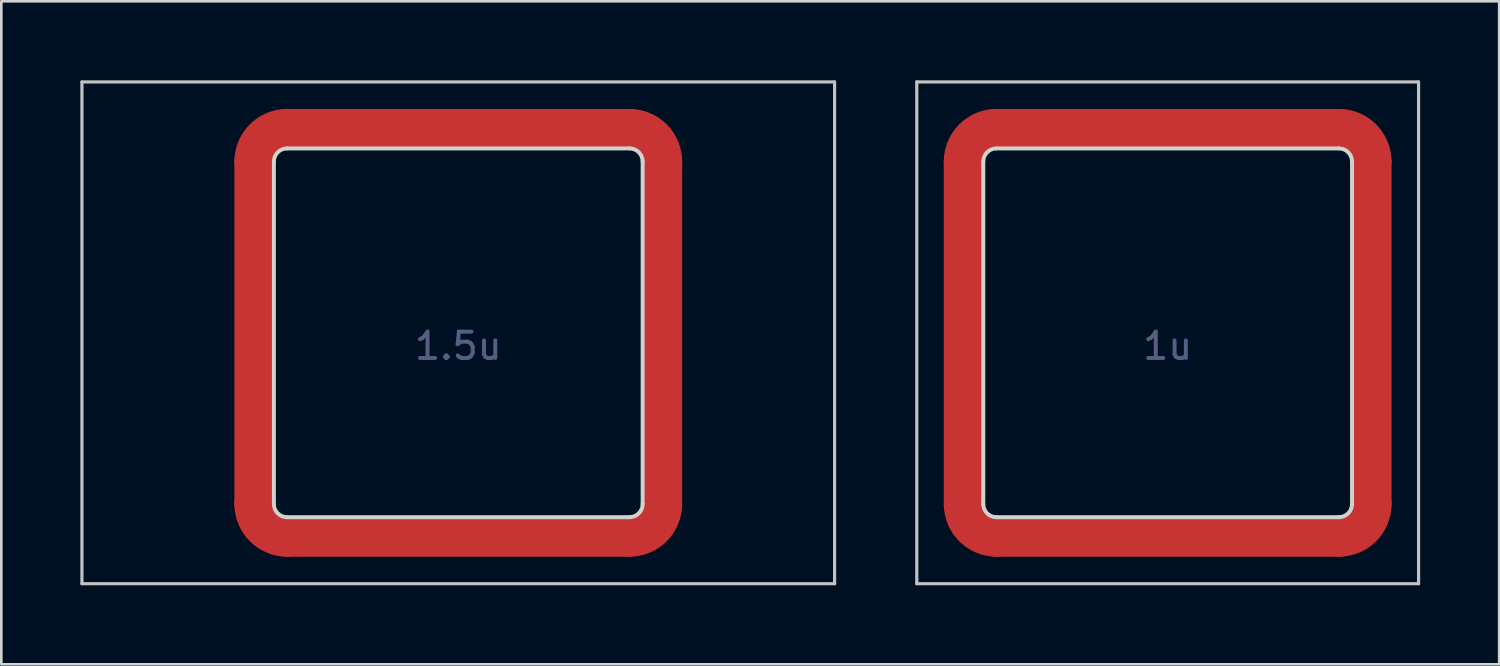
<source format=kicad_pcb>
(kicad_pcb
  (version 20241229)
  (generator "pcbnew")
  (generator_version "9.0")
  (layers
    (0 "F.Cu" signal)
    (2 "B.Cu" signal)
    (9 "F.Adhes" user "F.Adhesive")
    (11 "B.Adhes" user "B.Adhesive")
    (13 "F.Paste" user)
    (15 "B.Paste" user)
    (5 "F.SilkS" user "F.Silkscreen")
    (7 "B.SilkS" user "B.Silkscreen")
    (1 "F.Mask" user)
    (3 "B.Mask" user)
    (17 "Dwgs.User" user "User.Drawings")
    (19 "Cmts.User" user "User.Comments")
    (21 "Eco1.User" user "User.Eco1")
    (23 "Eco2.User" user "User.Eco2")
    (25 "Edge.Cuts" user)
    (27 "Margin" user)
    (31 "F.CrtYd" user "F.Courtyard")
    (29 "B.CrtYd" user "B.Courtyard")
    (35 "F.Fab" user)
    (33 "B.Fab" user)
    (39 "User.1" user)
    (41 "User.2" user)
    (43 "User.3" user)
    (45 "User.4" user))
  (footprint "1.5u"
    (layer "F.Cu")
    (at 14.348 9.585)
    (property "Reference" "1.5u" (at 0 0.5 0) (layer "B.Fab") (effects (font (size 1 1) (thickness 0.15))))
    (attr through_hole)
    (fp_line (start -7.75 6.5) (end -7.75 -6.5) (stroke (width 1.5) (type solid)) (layer "F.Cu"))
    (fp_line (start -6.5 -7.75) (end 6.5 -7.75) (stroke (width 1.5) (type solid)) (layer "F.Cu"))
    (fp_line (start 6.5 7.75) (end -6.5 7.75) (stroke (width 1.5) (type solid)) (layer "F.Cu"))
    (fp_line (start 7.75 -6.5) (end 7.75 6.5) (stroke (width 1.5) (type solid)) (layer "F.Cu"))
    (fp_arc (start -7.75 -6.5) (mid -7.383883 -7.383883) (end -6.5 -7.75) (stroke (width 1.5) (type solid)) (layer "F.Cu"))
    (fp_arc (start -6.5 7.75) (mid -7.383883 7.383883) (end -7.75 6.5) (stroke (width 1.5) (type solid)) (layer "F.Cu"))
    (fp_arc (start 6.499999 -7.75) (mid 7.383883 -7.383883) (end 7.75 -6.499999) (stroke (width 1.5) (type solid)) (layer "F.Cu"))
    (fp_arc (start 7.75 6.5) (mid 7.383883 7.383883) (end 6.5 7.75) (stroke (width 1.5) (type solid)) (layer "F.Cu"))
    (fp_line (start -7.75 6.5) (end -7.75 -6.5) (stroke (width 1.5) (type solid)) (layer "F.Mask"))
    (fp_line (start -6.5 -7.75) (end 6.5 -7.75) (stroke (width 1.5) (type solid)) (layer "F.Mask"))
    (fp_line (start 6.5 7.75) (end -6.5 7.75) (stroke (width 1.5) (type solid)) (layer "F.Mask"))
    (fp_line (start 7.75 -6.5) (end 7.75 6.5) (stroke (width 1.5) (type solid)) (layer "F.Mask"))
    (fp_arc (start -7.75 -6.5) (mid -7.383883 -7.383883) (end -6.5 -7.75) (stroke (width 1.5) (type solid)) (layer "F.Mask"))
    (fp_arc (start -6.5 7.75) (mid -7.383883 7.383883) (end -7.75 6.5) (stroke (width 1.5) (type solid)) (layer "F.Mask"))
    (fp_arc (start 6.499999 -7.75) (mid 7.383883 -7.383883) (end 7.75 -6.499999) (stroke (width 1.5) (type solid)) (layer "F.Mask"))
    (fp_arc (start 7.75 6.5) (mid 7.383883 7.383883) (end 6.5 7.75) (stroke (width 1.5) (type solid)) (layer "F.Mask"))
    (fp_line (start -14.287 -9.525) (end -14.287 9.525) (stroke (width 0.12) (type solid)) (layer "Dwgs.User"))
    (fp_line (start -14.287 9.525) (end 14.287 9.525) (stroke (width 0.12) (type solid)) (layer "Dwgs.User"))
    (fp_line (start 14.287 -9.525) (end -14.287 -9.525) (stroke (width 0.12) (type solid)) (layer "Dwgs.User"))
    (fp_line (start 14.287 9.525) (end 14.287 -9.525) (stroke (width 0.12) (type solid)) (layer "Dwgs.User"))
    (fp_line (start -7 -6.5) (end -7 6.5) (stroke (width 0.15) (type solid)) (layer "Edge.Cuts"))
    (fp_line (start -6.5 7) (end 6.5 7) (stroke (width 0.15) (type solid)) (layer "Edge.Cuts"))
    (fp_line (start 6.5 -7) (end -6.5 -7) (stroke (width 0.15) (type solid)) (layer "Edge.Cuts"))
    (fp_line (start 7 6.5) (end 7 -6.5) (stroke (width 0.15) (type solid)) (layer "Edge.Cuts"))
    (fp_arc (start -7 -6.5) (mid -6.853553 -6.853553) (end -6.5 -7) (stroke (width 0.15) (type solid)) (layer "Edge.Cuts"))
    (fp_arc (start -6.5 7) (mid -6.853553 6.853553) (end -7 6.5) (stroke (width 0.15) (type solid)) (layer "Edge.Cuts"))
    (fp_arc (start 6.5 -7) (mid 6.853553 -6.853553) (end 7 -6.5) (stroke (width 0.15) (type solid)) (layer "Edge.Cuts"))
    (fp_arc (start 7 6.500001) (mid 6.853553 6.853554) (end 6.499999 7) (stroke (width 0.15) (type solid)) (layer "Edge.Cuts")))
  (footprint "1u"
    (layer "F.Cu")
    (at 41.28 9.585)
    (property "Reference" "1u" (at 0 0.5 0) (layer "B.Fab") (effects (font (size 1 1) (thickness 0.15))))
    (attr through_hole)
    (fp_line (start -7.75 6.5) (end -7.75 -6.5) (stroke (width 1.5) (type solid)) (layer "F.Cu"))
    (fp_line (start -6.5 -7.75) (end 6.5 -7.75) (stroke (width 1.5) (type solid)) (layer "F.Cu"))
    (fp_line (start 6.5 7.75) (end -6.5 7.75) (stroke (width 1.5) (type solid)) (layer "F.Cu"))
    (fp_line (start 7.75 -6.5) (end 7.75 6.5) (stroke (width 1.5) (type solid)) (layer "F.Cu"))
    (fp_arc (start -7.75 -6.5) (mid -7.383883 -7.383883) (end -6.5 -7.75) (stroke (width 1.5) (type solid)) (layer "F.Cu"))
    (fp_arc (start -6.5 7.75) (mid -7.383883 7.383883) (end -7.75 6.5) (stroke (width 1.5) (type solid)) (layer "F.Cu"))
    (fp_arc (start 6.499999 -7.75) (mid 7.383883 -7.383883) (end 7.75 -6.499999) (stroke (width 1.5) (type solid)) (layer "F.Cu"))
    (fp_arc (start 7.75 6.5) (mid 7.383883 7.383883) (end 6.5 7.75) (stroke (width 1.5) (type solid)) (layer "F.Cu"))
    (fp_line (start -7.75 6.5) (end -7.75 -6.5) (stroke (width 1.5) (type solid)) (layer "F.Mask"))
    (fp_line (start -6.5 -7.75) (end 6.5 -7.75) (stroke (width 1.5) (type solid)) (layer "F.Mask"))
    (fp_line (start 6.5 7.75) (end -6.5 7.75) (stroke (width 1.5) (type solid)) (layer "F.Mask"))
    (fp_line (start 7.75 -6.5) (end 7.75 6.5) (stroke (width 1.5) (type solid)) (layer "F.Mask"))
    (fp_arc (start -7.75 -6.5) (mid -7.383883 -7.383883) (end -6.5 -7.75) (stroke (width 1.5) (type solid)) (layer "F.Mask"))
    (fp_arc (start -6.5 7.75) (mid -7.383883 7.383883) (end -7.75 6.5) (stroke (width 1.5) (type solid)) (layer "F.Mask"))
    (fp_arc (start 6.499999 -7.75) (mid 7.383883 -7.383883) (end 7.75 -6.499999) (stroke (width 1.5) (type solid)) (layer "F.Mask"))
    (fp_arc (start 7.75 6.5) (mid 7.383883 7.383883) (end 6.5 7.75) (stroke (width 1.5) (type solid)) (layer "F.Mask"))
    (fp_line (start -9.525 -9.525) (end -9.525 9.525) (stroke (width 0.12) (type solid)) (layer "Dwgs.User"))
    (fp_line (start -9.525 9.525) (end 9.525 9.525) (stroke (width 0.12) (type solid)) (layer "Dwgs.User"))
    (fp_line (start 9.525 -9.525) (end -9.525 -9.525) (stroke (width 0.12) (type solid)) (layer "Dwgs.User"))
    (fp_line (start 9.525 9.525) (end 9.525 -9.525) (stroke (width 0.12) (type solid)) (layer "Dwgs.User"))
    (fp_line (start -7 -6.5) (end -7 6.5) (stroke (width 0.15) (type solid)) (layer "Edge.Cuts"))
    (fp_line (start -6.5 7) (end 6.5 7) (stroke (width 0.15) (type solid)) (layer "Edge.Cuts"))
    (fp_line (start 6.5 -7) (end -6.5 -7) (stroke (width 0.15) (type solid)) (layer "Edge.Cuts"))
    (fp_line (start 7 6.5) (end 7 -6.5) (stroke (width 0.15) (type solid)) (layer "Edge.Cuts"))
    (fp_arc (start -7 -6.5) (mid -6.853553 -6.853553) (end -6.5 -7) (stroke (width 0.15) (type solid)) (layer "Edge.Cuts"))
    (fp_arc (start -6.5 7) (mid -6.853553 6.853553) (end -7 6.5) (stroke (width 0.15) (type solid)) (layer "Edge.Cuts"))
    (fp_arc (start 6.5 -7) (mid 6.853553 -6.853553) (end 7 -6.5) (stroke (width 0.15) (type solid)) (layer "Edge.Cuts"))
    (fp_arc (start 7 6.500001) (mid 6.853553 6.853554) (end 6.499999 7) (stroke (width 0.15) (type solid)) (layer "Edge.Cuts")))
  (gr_rect
    (start -3 -3)
    (end 53.865 22.17)
    (stroke (width 0.1) (type default))
    (fill no)
    (layer "Edge.Cuts")))
</source>
